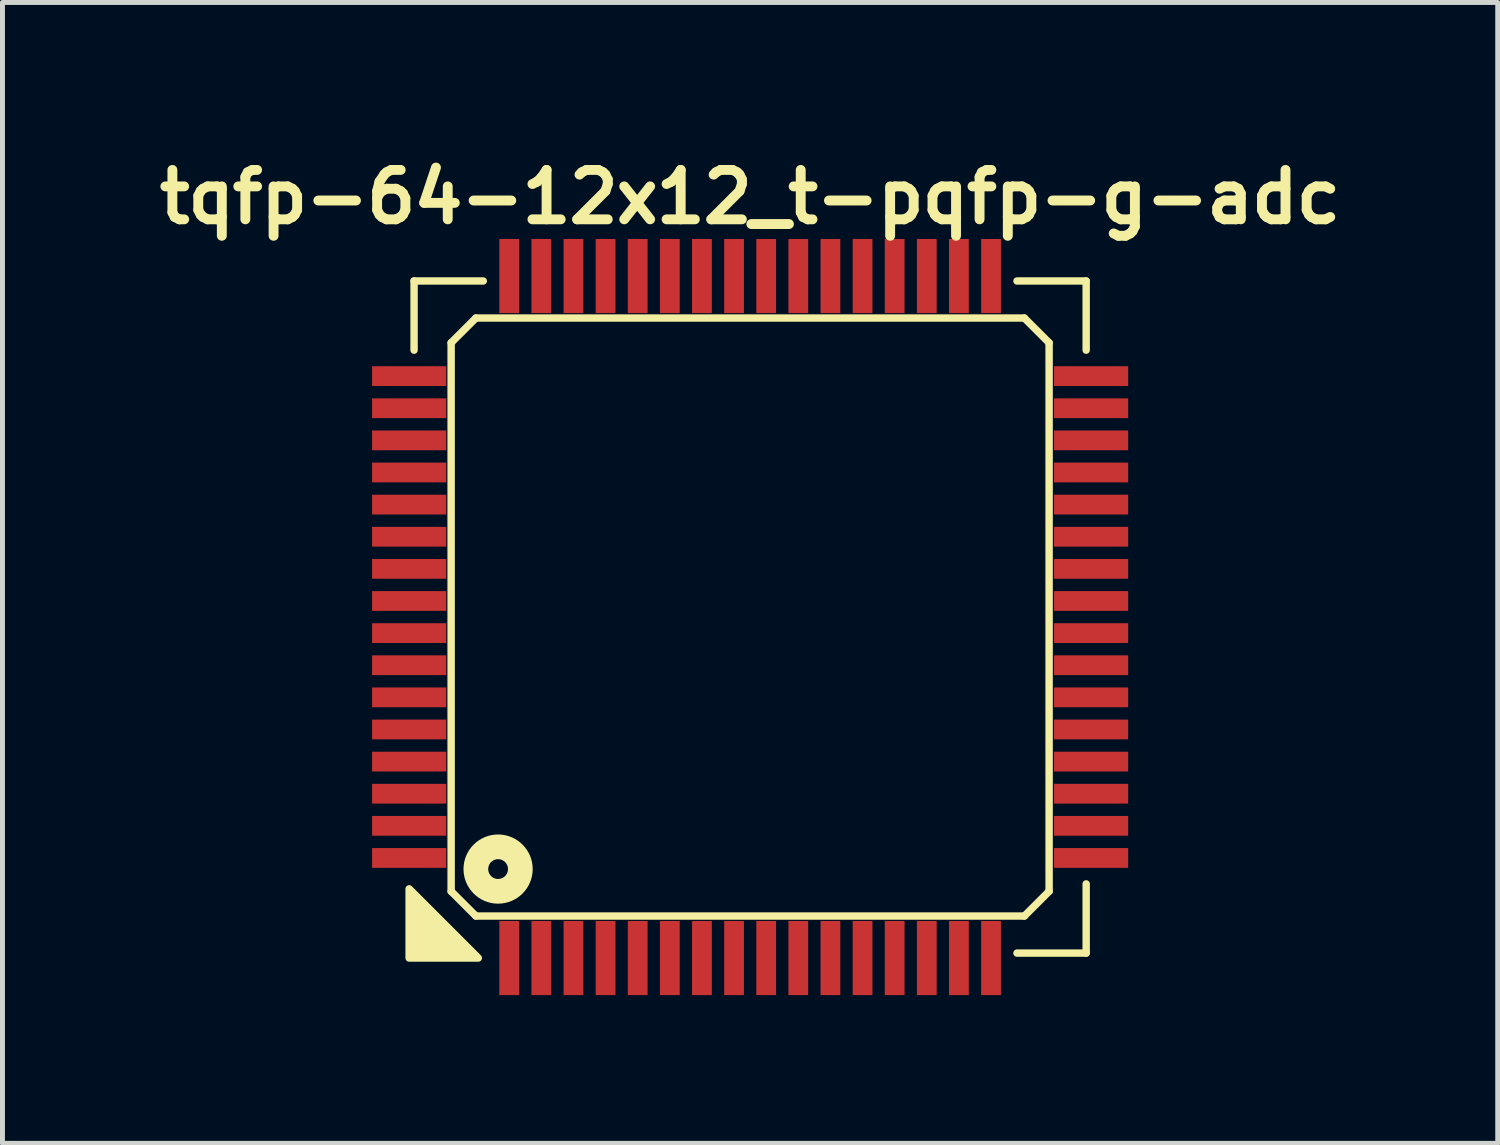
<source format=kicad_pcb>
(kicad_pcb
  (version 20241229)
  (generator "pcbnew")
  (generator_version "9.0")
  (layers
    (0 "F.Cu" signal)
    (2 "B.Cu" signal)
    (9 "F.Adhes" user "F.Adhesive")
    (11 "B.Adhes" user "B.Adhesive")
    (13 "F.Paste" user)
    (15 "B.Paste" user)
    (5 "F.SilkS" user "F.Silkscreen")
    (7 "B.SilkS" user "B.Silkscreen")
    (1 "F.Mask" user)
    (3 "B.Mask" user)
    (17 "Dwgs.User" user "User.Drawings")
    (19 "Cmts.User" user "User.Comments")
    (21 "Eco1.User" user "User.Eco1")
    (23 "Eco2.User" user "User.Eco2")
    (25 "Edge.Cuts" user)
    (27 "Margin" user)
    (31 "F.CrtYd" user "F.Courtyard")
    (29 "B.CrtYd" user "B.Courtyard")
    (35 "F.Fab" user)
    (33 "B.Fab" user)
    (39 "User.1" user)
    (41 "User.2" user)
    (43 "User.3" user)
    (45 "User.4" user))
  (footprint "tqfp-64-12x12_t-pqfp-g-adc"
    (layer "F.Cu")
    (at 12.129 9.436)
    (property "Reference" "tqfp-64-12x12_t-pqfp-g-adc" (at 0 -8.5 0) (layer "F.SilkS") (effects (font (size 1 1) (thickness 0.2))))
    (attr smd)
    (fp_line (start -6.8 -6.8) (end -5.4 -6.8) (stroke (width 0.15) (type solid)) (layer "F.SilkS"))
    (fp_line (start -6.8 -5.4) (end -6.8 -6.8) (stroke (width 0.15) (type solid)) (layer "F.SilkS"))
    (fp_line (start -6.05 -5.55) (end -5.55 -6.05) (stroke (width 0.15) (type solid)) (layer "F.SilkS"))
    (fp_line (start -6.05 5.55) (end -6.05 -5.55) (stroke (width 0.15) (type solid)) (layer "F.SilkS"))
    (fp_line (start -5.55 -6.05) (end 5.55 -6.05) (stroke (width 0.15) (type solid)) (layer "F.SilkS"))
    (fp_line (start -5.55 6.05) (end -6.05 5.55) (stroke (width 0.15) (type solid)) (layer "F.SilkS"))
    (fp_line (start 5.4 -6.8) (end 6.8 -6.8) (stroke (width 0.15) (type solid)) (layer "F.SilkS"))
    (fp_line (start 5.55 -6.05) (end 6.05 -5.55) (stroke (width 0.15) (type solid)) (layer "F.SilkS"))
    (fp_line (start 5.55 6.05) (end -5.55 6.05) (stroke (width 0.15) (type solid)) (layer "F.SilkS"))
    (fp_line (start 6.05 -5.55) (end 6.05 5.55) (stroke (width 0.15) (type solid)) (layer "F.SilkS"))
    (fp_line (start 6.05 5.55) (end 5.55 6.05) (stroke (width 0.15) (type solid)) (layer "F.SilkS"))
    (fp_line (start 6.8 -6.8) (end 6.8 -5.4) (stroke (width 0.15) (type solid)) (layer "F.SilkS"))
    (fp_line (start 6.8 5.4) (end 6.8 6.8) (stroke (width 0.15) (type solid)) (layer "F.SilkS"))
    (fp_line (start 6.8 6.8) (end 5.4 6.8) (stroke (width 0.15) (type solid)) (layer "F.SilkS"))
    (fp_circle (center -5.1 5.1) (end -4.9 5.1) (stroke (width 0.5) (type solid)) (fill no) (layer "F.SilkS"))
    (fp_poly (pts (xy -5.5 6.9) (xy -6.9 6.9) (xy -6.9 5.5)) (stroke (width 0.15) (type solid)) (fill yes) (layer "F.SilkS"))
    (pad "1" smd rect (at -4.875 6.9) (size 0.4 1.5) (layers "F.Cu" "F.Mask" "F.Paste"))
    (pad "2" smd rect (at -4.225 6.9) (size 0.4 1.5) (layers "F.Cu" "F.Mask" "F.Paste"))
    (pad "3" smd rect (at -3.575 6.9) (size 0.4 1.5) (layers "F.Cu" "F.Mask" "F.Paste"))
    (pad "4" smd rect (at -2.925 6.9) (size 0.4 1.5) (layers "F.Cu" "F.Mask" "F.Paste"))
    (pad "5" smd rect (at -2.275 6.9) (size 0.4 1.5) (layers "F.Cu" "F.Mask" "F.Paste"))
    (pad "6" smd rect (at -1.625 6.9) (size 0.4 1.5) (layers "F.Cu" "F.Mask" "F.Paste"))
    (pad "7" smd rect (at -0.975 6.9) (size 0.4 1.5) (layers "F.Cu" "F.Mask" "F.Paste"))
    (pad "8" smd rect (at -0.325 6.9) (size 0.4 1.5) (layers "F.Cu" "F.Mask" "F.Paste"))
    (pad "9" smd rect (at 0.325 6.9) (size 0.4 1.5) (layers "F.Cu" "F.Mask" "F.Paste"))
    (pad "10" smd rect (at 0.975 6.9) (size 0.4 1.5) (layers "F.Cu" "F.Mask" "F.Paste"))
    (pad "11" smd rect (at 1.625 6.9) (size 0.4 1.5) (layers "F.Cu" "F.Mask" "F.Paste"))
    (pad "12" smd rect (at 2.275 6.9) (size 0.4 1.5) (layers "F.Cu" "F.Mask" "F.Paste"))
    (pad "13" smd rect (at 2.925 6.9) (size 0.4 1.5) (layers "F.Cu" "F.Mask" "F.Paste"))
    (pad "14" smd rect (at 3.575 6.9) (size 0.4 1.5) (layers "F.Cu" "F.Mask" "F.Paste"))
    (pad "15" smd rect (at 4.225 6.9) (size 0.4 1.5) (layers "F.Cu" "F.Mask" "F.Paste"))
    (pad "16" smd rect (at 4.875 6.9) (size 0.4 1.5) (layers "F.Cu" "F.Mask" "F.Paste"))
    (pad "17" smd rect (at 6.9 4.875) (size 1.5 0.4) (layers "F.Cu" "F.Mask" "F.Paste"))
    (pad "18" smd rect (at 6.9 4.225) (size 1.5 0.4) (layers "F.Cu" "F.Mask" "F.Paste"))
    (pad "19" smd rect (at 6.9 3.575) (size 1.5 0.4) (layers "F.Cu" "F.Mask" "F.Paste"))
    (pad "20" smd rect (at 6.9 2.925) (size 1.5 0.4) (layers "F.Cu" "F.Mask" "F.Paste"))
    (pad "21" smd rect (at 6.9 2.275) (size 1.5 0.4) (layers "F.Cu" "F.Mask" "F.Paste"))
    (pad "22" smd rect (at 6.9 1.625) (size 1.5 0.4) (layers "F.Cu" "F.Mask" "F.Paste"))
    (pad "23" smd rect (at 6.9 0.975) (size 1.5 0.4) (layers "F.Cu" "F.Mask" "F.Paste"))
    (pad "24" smd rect (at 6.9 0.325) (size 1.5 0.4) (layers "F.Cu" "F.Mask" "F.Paste"))
    (pad "25" smd rect (at 6.9 -0.325) (size 1.5 0.4) (layers "F.Cu" "F.Mask" "F.Paste"))
    (pad "26" smd rect (at 6.9 -0.975) (size 1.5 0.4) (layers "F.Cu" "F.Mask" "F.Paste"))
    (pad "27" smd rect (at 6.9 -1.625) (size 1.5 0.4) (layers "F.Cu" "F.Mask" "F.Paste"))
    (pad "28" smd rect (at 6.9 -2.275) (size 1.5 0.4) (layers "F.Cu" "F.Mask" "F.Paste"))
    (pad "29" smd rect (at 6.9 -2.925) (size 1.5 0.4) (layers "F.Cu" "F.Mask" "F.Paste"))
    (pad "30" smd rect (at 6.9 -3.575) (size 1.5 0.4) (layers "F.Cu" "F.Mask" "F.Paste"))
    (pad "31" smd rect (at 6.9 -4.225) (size 1.5 0.4) (layers "F.Cu" "F.Mask" "F.Paste"))
    (pad "32" smd rect (at 6.9 -4.875) (size 1.5 0.4) (layers "F.Cu" "F.Mask" "F.Paste"))
    (pad "33" smd rect (at 4.875 -6.9) (size 0.4 1.5) (layers "F.Cu" "F.Mask" "F.Paste"))
    (pad "34" smd rect (at 4.225 -6.9) (size 0.4 1.5) (layers "F.Cu" "F.Mask" "F.Paste"))
    (pad "35" smd rect (at 3.575 -6.9) (size 0.4 1.5) (layers "F.Cu" "F.Mask" "F.Paste"))
    (pad "36" smd rect (at 2.925 -6.9) (size 0.4 1.5) (layers "F.Cu" "F.Mask" "F.Paste"))
    (pad "37" smd rect (at 2.275 -6.9) (size 0.4 1.5) (layers "F.Cu" "F.Mask" "F.Paste"))
    (pad "38" smd rect (at 1.625 -6.9) (size 0.4 1.5) (layers "F.Cu" "F.Mask" "F.Paste"))
    (pad "39" smd rect (at 0.975 -6.9) (size 0.4 1.5) (layers "F.Cu" "F.Mask" "F.Paste"))
    (pad "40" smd rect (at 0.325 -6.9) (size 0.4 1.5) (layers "F.Cu" "F.Mask" "F.Paste"))
    (pad "41" smd rect (at -0.325 -6.9) (size 0.4 1.5) (layers "F.Cu" "F.Mask" "F.Paste"))
    (pad "42" smd rect (at -0.975 -6.9) (size 0.4 1.5) (layers "F.Cu" "F.Mask" "F.Paste"))
    (pad "43" smd rect (at -1.625 -6.9) (size 0.4 1.5) (layers "F.Cu" "F.Mask" "F.Paste"))
    (pad "44" smd rect (at -2.275 -6.9) (size 0.4 1.5) (layers "F.Cu" "F.Mask" "F.Paste"))
    (pad "45" smd rect (at -2.925 -6.9) (size 0.4 1.5) (layers "F.Cu" "F.Mask" "F.Paste"))
    (pad "46" smd rect (at -3.575 -6.9) (size 0.4 1.5) (layers "F.Cu" "F.Mask" "F.Paste"))
    (pad "47" smd rect (at -4.225 -6.9) (size 0.4 1.5) (layers "F.Cu" "F.Mask" "F.Paste"))
    (pad "48" smd rect (at -4.875 -6.9) (size 0.4 1.5) (layers "F.Cu" "F.Mask" "F.Paste"))
    (pad "49" smd rect (at -6.9 -4.875) (size 1.5 0.4) (layers "F.Cu" "F.Mask" "F.Paste"))
    (pad "50" smd rect (at -6.9 -4.225) (size 1.5 0.4) (layers "F.Cu" "F.Mask" "F.Paste"))
    (pad "51" smd rect (at -6.9 -3.575) (size 1.5 0.4) (layers "F.Cu" "F.Mask" "F.Paste"))
    (pad "52" smd rect (at -6.9 -2.925) (size 1.5 0.4) (layers "F.Cu" "F.Mask" "F.Paste"))
    (pad "53" smd rect (at -6.9 -2.275) (size 1.5 0.4) (layers "F.Cu" "F.Mask" "F.Paste"))
    (pad "54" smd rect (at -6.9 -1.625) (size 1.5 0.4) (layers "F.Cu" "F.Mask" "F.Paste"))
    (pad "55" smd rect (at -6.9 -0.975) (size 1.5 0.4) (layers "F.Cu" "F.Mask" "F.Paste"))
    (pad "56" smd rect (at -6.9 -0.325) (size 1.5 0.4) (layers "F.Cu" "F.Mask" "F.Paste"))
    (pad "57" smd rect (at -6.9 0.325) (size 1.5 0.4) (layers "F.Cu" "F.Mask" "F.Paste"))
    (pad "58" smd rect (at -6.9 0.975) (size 1.5 0.4) (layers "F.Cu" "F.Mask" "F.Paste"))
    (pad "59" smd rect (at -6.9 1.625) (size 1.5 0.4) (layers "F.Cu" "F.Mask" "F.Paste"))
    (pad "60" smd rect (at -6.9 2.275) (size 1.5 0.4) (layers "F.Cu" "F.Mask" "F.Paste"))
    (pad "61" smd rect (at -6.9 2.925) (size 1.5 0.4) (layers "F.Cu" "F.Mask" "F.Paste"))
    (pad "62" smd rect (at -6.9 3.575) (size 1.5 0.4) (layers "F.Cu" "F.Mask" "F.Paste"))
    (pad "63" smd rect (at -6.9 4.225) (size 1.5 0.4) (layers "F.Cu" "F.Mask" "F.Paste"))
    (pad "64" smd rect (at -6.9 4.875) (size 1.5 0.4) (layers "F.Cu" "F.Mask" "F.Paste")))
  (gr_rect
    (start -3 -3)
    (end 27.257 20.086)
    (stroke (width 0.1) (type default))
    (fill no)
    (layer "Edge.Cuts")))
</source>
